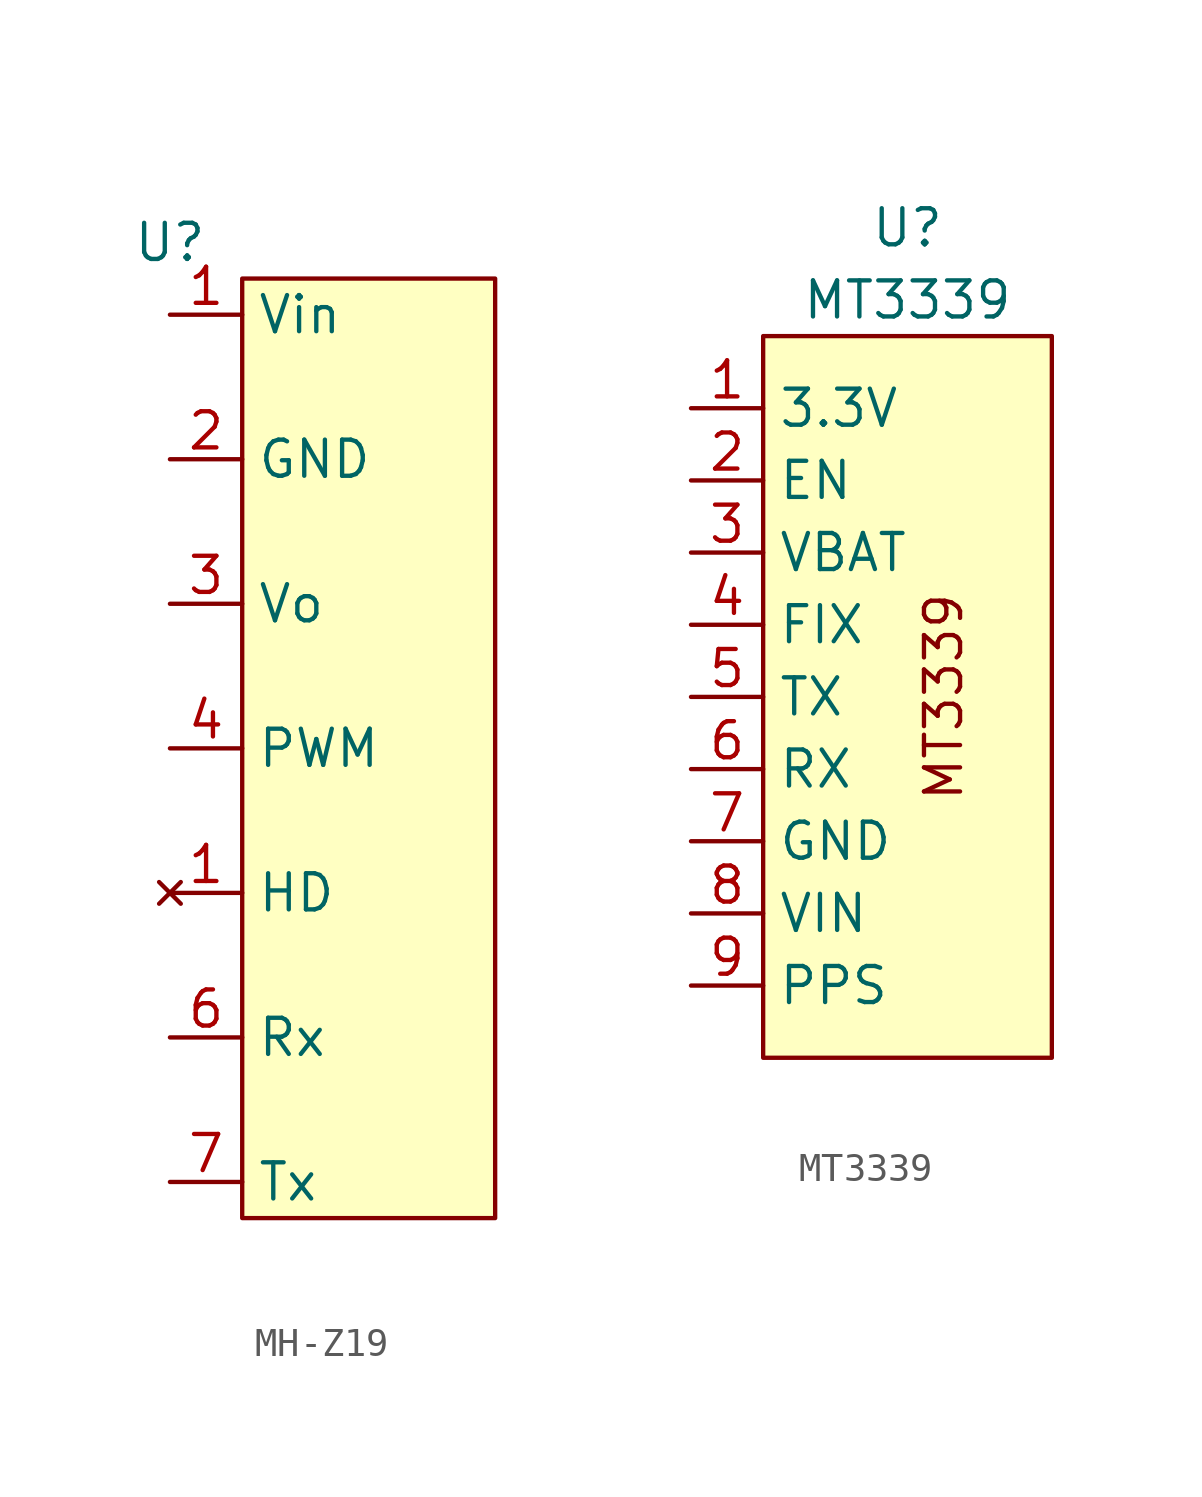
<source format=kicad_sym>
(kicad_symbol_lib
  (version 20241209)
  (generator "kicad_symbol_editor")
  (generator_version "9.0")
  (symbol "MH-Z19"
    (property "Reference" "U"
      (at 0 0 0)
      (effects (font (size 1.27 1.27))))
    (property "Value" ""
      (at 0 0 0)
      (effects (font (size 1.27 1.27))))
    (symbol "MH-Z19_0_1"
      (rectangle (start 2.54 -1.27) (end 11.43 -34.29) (stroke (width 0) (type default)) (fill (type background))))
    (symbol "MH-Z19_1_1"
      (pin power_in line (at 0 -2.54 0) (length 2.54) (name "Vin" (effects (font (size 1.27 1.27)))) (number "1" (effects (font (size 1.27 1.27)))))
      (pin power_out line (at 0 -7.62 0) (length 2.54) (name "GND" (effects (font (size 1.27 1.27)))) (number "2" (effects (font (size 1.27 1.27)))))
      (pin power_out line (at 0 -12.7 0) (length 2.54) (name "Vo" (effects (font (size 1.27 1.27)))) (number "3" (effects (font (size 1.27 1.27)))))
      (pin output line (at 0 -17.78 0) (length 2.54) (name "PWM" (effects (font (size 1.27 1.27)))) (number "4" (effects (font (size 1.27 1.27)))))
      (pin no_connect line (at 0 -22.86 0) (length 2.54) (name "HD" (effects (font (size 1.27 1.27)))) (number "1" (effects (font (size 1.27 1.27)))))
      (pin input line (at 0 -27.94 0) (length 2.54) (name "Rx" (effects (font (size 1.27 1.27)))) (number "6" (effects (font (size 1.27 1.27)))))
      (pin output line (at 0 -33.02 0) (length 2.54) (name "Tx" (effects (font (size 1.27 1.27)))) (number "7" (effects (font (size 1.27 1.27)))))))
  (symbol "MT3339"
    (property "Reference" "U"
      (at 10.16 5.08 0)
      (effects (font (size 1.27 1.27))))
    (property "Value" "MT3339"
      (at 10.16 2.54 0)
      (effects (font (size 1.27 1.27))))
    (symbol "MT3339_0_1"
      (rectangle (start 5.08 1.27) (end 15.24 -24.13) (stroke (width 0) (type default)) (fill (type background)))
      (text "MT3339" (at 11.43 -11.43 900) (effects (font (size 1.27 1.27)))))
    (symbol "MT3339_1_1"
      (pin power_in line (at 2.54 -1.27 0) (length 2.54) (name "3.3V" (effects (font (size 1.27 1.27)))) (number "1" (effects (font (size 1.27 1.27)))))
      (pin input line (at 2.54 -3.81 0) (length 2.54) (name "EN" (effects (font (size 1.27 1.27)))) (number "2" (effects (font (size 1.27 1.27)))))
      (pin power_out line (at 2.54 -6.35 0) (length 2.54) (name "VBAT" (effects (font (size 1.27 1.27)))) (number "3" (effects (font (size 1.27 1.27)))))
      (pin output line (at 2.54 -8.89 0) (length 2.54) (name "FIX" (effects (font (size 1.27 1.27)))) (number "4" (effects (font (size 1.27 1.27)))))
      (pin input line (at 2.54 -11.43 0) (length 2.54) (name "TX" (effects (font (size 1.27 1.27)))) (number "5" (effects (font (size 1.27 1.27)))))
      (pin output line (at 2.54 -13.97 0) (length 2.54) (name "RX" (effects (font (size 1.27 1.27)))) (number "6" (effects (font (size 1.27 1.27)))))
      (pin power_in line (at 2.54 -16.51 0) (length 2.54) (name "GND" (effects (font (size 1.27 1.27)))) (number "7" (effects (font (size 1.27 1.27)))))
      (pin power_in line (at 2.54 -19.05 0) (length 2.54) (name "VIN" (effects (font (size 1.27 1.27)))) (number "8" (effects (font (size 1.27 1.27)))))
      (pin output line (at 2.54 -21.59 0) (length 2.54) (name "PPS" (effects (font (size 1.27 1.27)))) (number "9" (effects (font (size 1.27 1.27))))))))
</source>
